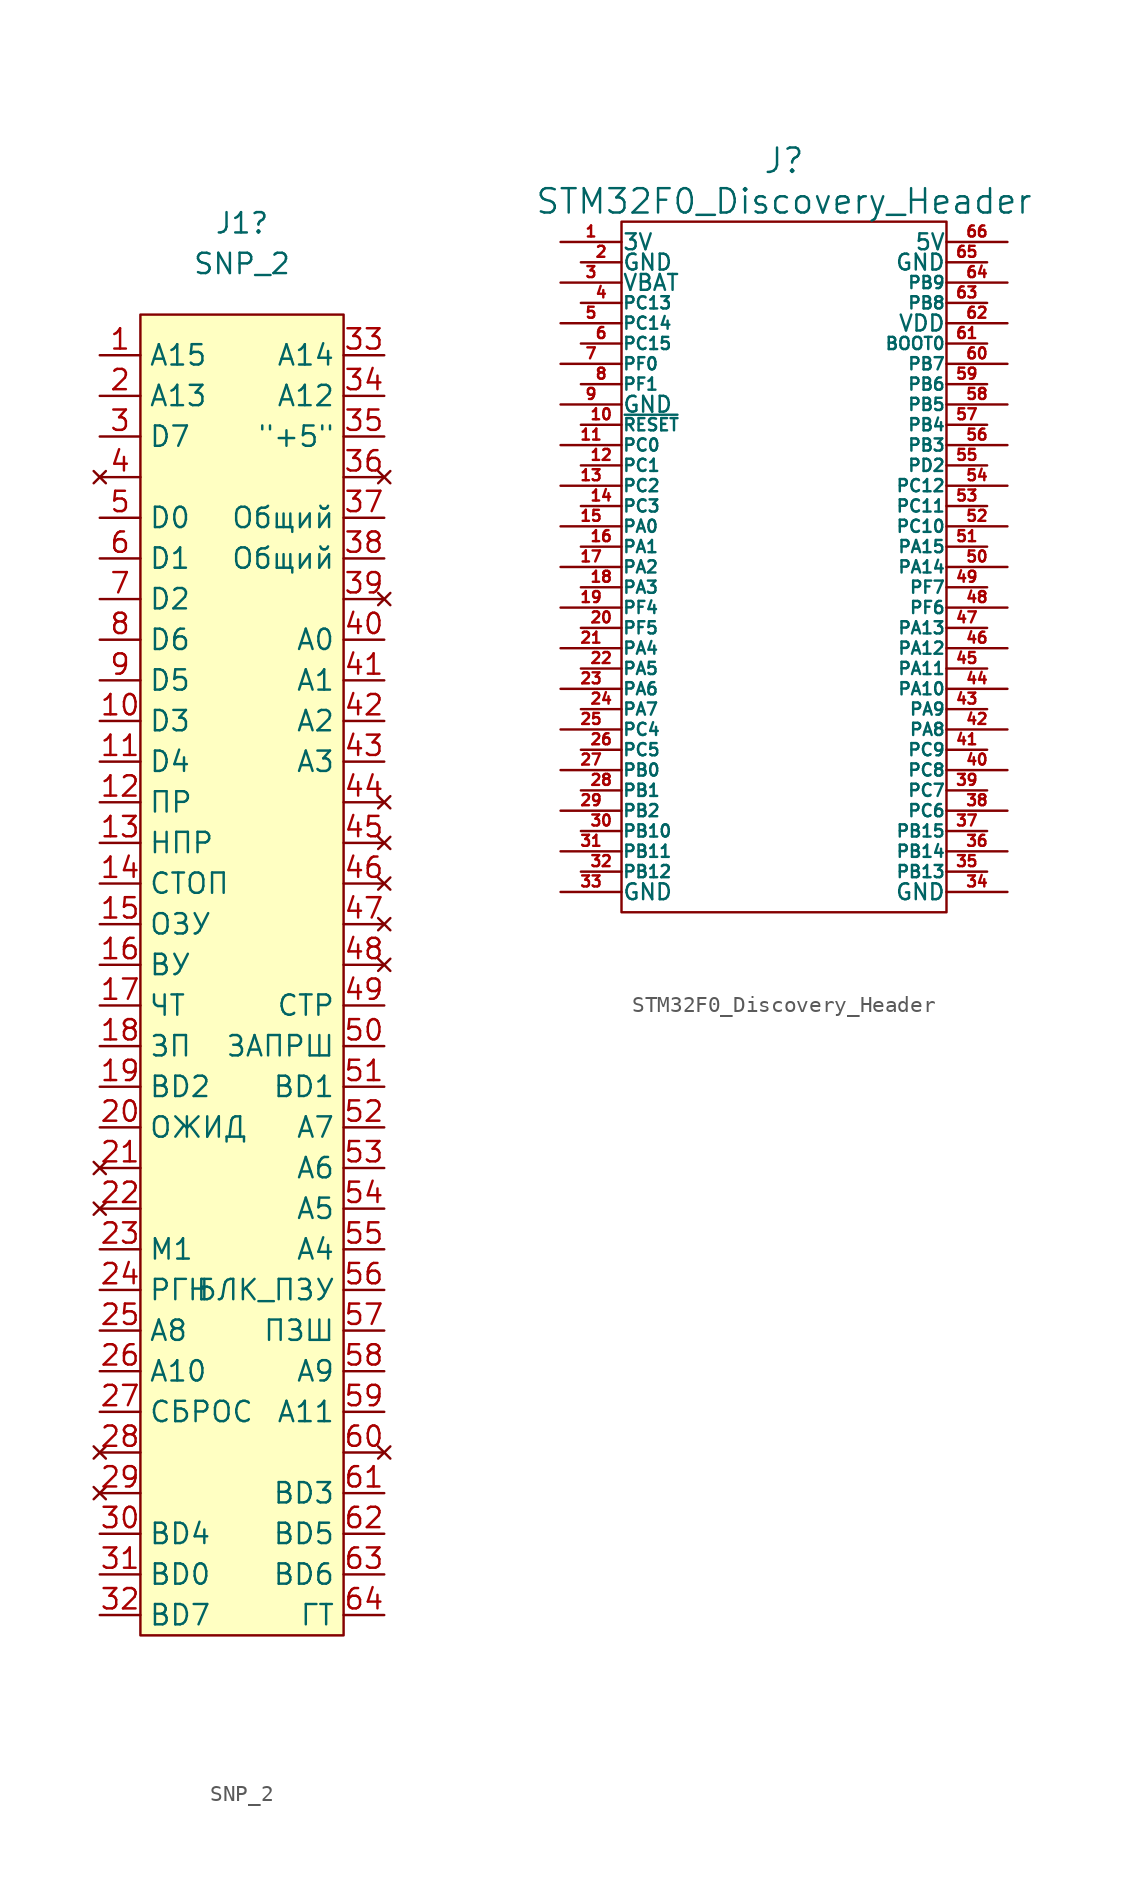
<source format=kicad_sym>
(kicad_symbol_lib
  (version 20211014)
  (generator kicad_symbol_editor)
  (symbol "SNP_2"
    (property "Reference" "J1"
      (at 0 43.815 0)
      (effects (font (size 1.27 1.27))))
    (property "Value" "SNP_2"
      (at 0 41.275 0)
      (effects (font (size 1.27 1.27))))
    (symbol "SNP_2_0_1"
      (rectangle (start -6.35 38.1) (end 6.35 -44.45) (stroke (width 0) (type default) (color 0 0 0 0)) (fill (type background))))
    (symbol "SNP_2_1_1"
      (pin input line (at -8.89 35.56 0) (length 2.54) (name "A15" (effects (font (size 1.27 1.27)))) (number "1" (effects (font (size 1.27 1.27)))))
      (pin input line (at -8.89 12.7 0) (length 2.54) (name "D3" (effects (font (size 1.27 1.27)))) (number "10" (effects (font (size 1.27 1.27)))))
      (pin input line (at -8.89 10.16 0) (length 2.54) (name "D4" (effects (font (size 1.27 1.27)))) (number "11" (effects (font (size 1.27 1.27)))))
      (pin input line (at -8.89 7.62 0) (length 2.54) (name "ПР" (effects (font (size 1.27 1.27)))) (number "12" (effects (font (size 1.27 1.27)))))
      (pin input line (at -8.89 5.08 0) (length 2.54) (name "НПР" (effects (font (size 1.27 1.27)))) (number "13" (effects (font (size 1.27 1.27)))))
      (pin input line (at -8.89 2.54 0) (length 2.54) (name "СТОП" (effects (font (size 1.27 1.27)))) (number "14" (effects (font (size 1.27 1.27)))))
      (pin input line (at -8.89 0 0) (length 2.54) (name "ОЗУ" (effects (font (size 1.27 1.27)))) (number "15" (effects (font (size 1.27 1.27)))))
      (pin input line (at -8.89 -2.54 0) (length 2.54) (name "ВУ" (effects (font (size 1.27 1.27)))) (number "16" (effects (font (size 1.27 1.27)))))
      (pin input line (at -8.89 -5.08 0) (length 2.54) (name "ЧТ" (effects (font (size 1.27 1.27)))) (number "17" (effects (font (size 1.27 1.27)))))
      (pin input line (at -8.89 -7.62 0) (length 2.54) (name "ЗП" (effects (font (size 1.27 1.27)))) (number "18" (effects (font (size 1.27 1.27)))))
      (pin input line (at -8.89 -10.16 0) (length 2.54) (name "BD2" (effects (font (size 1.27 1.27)))) (number "19" (effects (font (size 1.27 1.27)))))
      (pin input line (at -8.89 33.02 0) (length 2.54) (name "A13" (effects (font (size 1.27 1.27)))) (number "2" (effects (font (size 1.27 1.27)))))
      (pin input line (at -8.89 -12.7 0) (length 2.54) (name "ОЖИД" (effects (font (size 1.27 1.27)))) (number "20" (effects (font (size 1.27 1.27)))))
      (pin no_connect line (at -8.89 -15.24 0) (length 2.54) (name "" (effects (font (size 1.27 1.27)))) (number "21" (effects (font (size 1.27 1.27)))))
      (pin no_connect line (at -8.89 -17.78 0) (length 2.54) (name "" (effects (font (size 1.27 1.27)))) (number "22" (effects (font (size 1.27 1.27)))))
      (pin input line (at -8.89 -20.32 0) (length 2.54) (name "М1" (effects (font (size 1.27 1.27)))) (number "23" (effects (font (size 1.27 1.27)))))
      (pin input line (at -8.89 -22.86 0) (length 2.54) (name "РГН" (effects (font (size 1.27 1.27)))) (number "24" (effects (font (size 1.27 1.27)))))
      (pin input line (at -8.89 -25.4 0) (length 2.54) (name "A8" (effects (font (size 1.27 1.27)))) (number "25" (effects (font (size 1.27 1.27)))))
      (pin input line (at -8.89 -27.94 0) (length 2.54) (name "A10" (effects (font (size 1.27 1.27)))) (number "26" (effects (font (size 1.27 1.27)))))
      (pin input line (at -8.89 -30.48 0) (length 2.54) (name "СБРОС" (effects (font (size 1.27 1.27)))) (number "27" (effects (font (size 1.27 1.27)))))
      (pin no_connect line (at -8.89 -33.02 0) (length 2.54) (name "" (effects (font (size 1.27 1.27)))) (number "28" (effects (font (size 1.27 1.27)))))
      (pin no_connect line (at -8.89 -35.56 0) (length 2.54) (name "" (effects (font (size 1.27 1.27)))) (number "29" (effects (font (size 1.27 1.27)))))
      (pin input line (at -8.89 30.48 0) (length 2.54) (name "D7" (effects (font (size 1.27 1.27)))) (number "3" (effects (font (size 1.27 1.27)))))
      (pin input line (at -8.89 -38.1 0) (length 2.54) (name "BD4" (effects (font (size 1.27 1.27)))) (number "30" (effects (font (size 1.27 1.27)))))
      (pin input line (at -8.89 -40.64 0) (length 2.54) (name "BD0" (effects (font (size 1.27 1.27)))) (number "31" (effects (font (size 1.27 1.27)))))
      (pin input line (at -8.89 -43.18 0) (length 2.54) (name "BD7" (effects (font (size 1.27 1.27)))) (number "32" (effects (font (size 1.27 1.27)))))
      (pin input line (at 8.89 35.56 180) (length 2.54) (name "A14" (effects (font (size 1.27 1.27)))) (number "33" (effects (font (size 1.27 1.27)))))
      (pin input line (at 8.89 33.02 180) (length 2.54) (name "A12" (effects (font (size 1.27 1.27)))) (number "34" (effects (font (size 1.27 1.27)))))
      (pin power_in line (at 8.89 30.48 180) (length 2.54) (name "\"+5\"" (effects (font (size 1.27 1.27)))) (number "35" (effects (font (size 1.27 1.27)))))
      (pin no_connect line (at 8.89 27.94 180) (length 2.54) (name "" (effects (font (size 1.27 1.27)))) (number "36" (effects (font (size 1.27 1.27)))))
      (pin power_in line (at 8.89 25.4 180) (length 2.54) (name "Общий" (effects (font (size 1.27 1.27)))) (number "37" (effects (font (size 1.27 1.27)))))
      (pin power_in line (at 8.89 22.86 180) (length 2.54) (name "Общий" (effects (font (size 1.27 1.27)))) (number "38" (effects (font (size 1.27 1.27)))))
      (pin no_connect line (at 8.89 20.32 180) (length 2.54) (name "" (effects (font (size 1.27 1.27)))) (number "39" (effects (font (size 1.27 1.27)))))
      (pin no_connect line (at -8.89 27.94 0) (length 2.54) (name "" (effects (font (size 1.27 1.27)))) (number "4" (effects (font (size 1.27 1.27)))))
      (pin input line (at 8.89 17.78 180) (length 2.54) (name "A0" (effects (font (size 1.27 1.27)))) (number "40" (effects (font (size 1.27 1.27)))))
      (pin input line (at 8.89 15.24 180) (length 2.54) (name "A1" (effects (font (size 1.27 1.27)))) (number "41" (effects (font (size 1.27 1.27)))))
      (pin input line (at 8.89 12.7 180) (length 2.54) (name "A2" (effects (font (size 1.27 1.27)))) (number "42" (effects (font (size 1.27 1.27)))))
      (pin input line (at 8.89 10.16 180) (length 2.54) (name "A3" (effects (font (size 1.27 1.27)))) (number "43" (effects (font (size 1.27 1.27)))))
      (pin no_connect line (at 8.89 7.62 180) (length 2.54) (name "" (effects (font (size 1.27 1.27)))) (number "44" (effects (font (size 1.27 1.27)))))
      (pin no_connect line (at 8.89 5.08 180) (length 2.54) (name "" (effects (font (size 1.27 1.27)))) (number "45" (effects (font (size 1.27 1.27)))))
      (pin no_connect line (at 8.89 2.54 180) (length 2.54) (name "" (effects (font (size 1.27 1.27)))) (number "46" (effects (font (size 1.27 1.27)))))
      (pin no_connect line (at 8.89 0 180) (length 2.54) (name "" (effects (font (size 1.27 1.27)))) (number "47" (effects (font (size 1.27 1.27)))))
      (pin no_connect line (at 8.89 -2.54 180) (length 2.54) (name "" (effects (font (size 1.27 1.27)))) (number "48" (effects (font (size 1.27 1.27)))))
      (pin input line (at 8.89 -5.08 180) (length 2.54) (name "СТР" (effects (font (size 1.27 1.27)))) (number "49" (effects (font (size 1.27 1.27)))))
      (pin input line (at -8.89 25.4 0) (length 2.54) (name "D0" (effects (font (size 1.27 1.27)))) (number "5" (effects (font (size 1.27 1.27)))))
      (pin input line (at 8.89 -7.62 180) (length 2.54) (name "ЗАПРШ" (effects (font (size 1.27 1.27)))) (number "50" (effects (font (size 1.27 1.27)))))
      (pin input line (at 8.89 -10.16 180) (length 2.54) (name "BD1" (effects (font (size 1.27 1.27)))) (number "51" (effects (font (size 1.27 1.27)))))
      (pin input line (at 8.89 -12.7 180) (length 2.54) (name "A7" (effects (font (size 1.27 1.27)))) (number "52" (effects (font (size 1.27 1.27)))))
      (pin input line (at 8.89 -15.24 180) (length 2.54) (name "A6" (effects (font (size 1.27 1.27)))) (number "53" (effects (font (size 1.27 1.27)))))
      (pin input line (at 8.89 -17.78 180) (length 2.54) (name "A5" (effects (font (size 1.27 1.27)))) (number "54" (effects (font (size 1.27 1.27)))))
      (pin input line (at 8.89 -20.32 180) (length 2.54) (name "A4" (effects (font (size 1.27 1.27)))) (number "55" (effects (font (size 1.27 1.27)))))
      (pin input line (at 8.89 -22.86 180) (length 2.54) (name "БЛК_ПЗУ" (effects (font (size 1.27 1.27)))) (number "56" (effects (font (size 1.27 1.27)))))
      (pin input line (at 8.89 -25.4 180) (length 2.54) (name "ПЗШ" (effects (font (size 1.27 1.27)))) (number "57" (effects (font (size 1.27 1.27)))))
      (pin input line (at 8.89 -27.94 180) (length 2.54) (name "A9" (effects (font (size 1.27 1.27)))) (number "58" (effects (font (size 1.27 1.27)))))
      (pin input line (at 8.89 -30.48 180) (length 2.54) (name "A11" (effects (font (size 1.27 1.27)))) (number "59" (effects (font (size 1.27 1.27)))))
      (pin input line (at -8.89 22.86 0) (length 2.54) (name "D1" (effects (font (size 1.27 1.27)))) (number "6" (effects (font (size 1.27 1.27)))))
      (pin no_connect line (at 8.89 -33.02 180) (length 2.54) (name "" (effects (font (size 1.27 1.27)))) (number "60" (effects (font (size 1.27 1.27)))))
      (pin input line (at 8.89 -35.56 180) (length 2.54) (name "BD3" (effects (font (size 1.27 1.27)))) (number "61" (effects (font (size 1.27 1.27)))))
      (pin input line (at 8.89 -38.1 180) (length 2.54) (name "BD5" (effects (font (size 1.27 1.27)))) (number "62" (effects (font (size 1.27 1.27)))))
      (pin input line (at 8.89 -40.64 180) (length 2.54) (name "BD6" (effects (font (size 1.27 1.27)))) (number "63" (effects (font (size 1.27 1.27)))))
      (pin input line (at 8.89 -43.18 180) (length 2.54) (name "ГТ" (effects (font (size 1.27 1.27)))) (number "64" (effects (font (size 1.27 1.27)))))
      (pin input line (at -8.89 20.32 0) (length 2.54) (name "D2" (effects (font (size 1.27 1.27)))) (number "7" (effects (font (size 1.27 1.27)))))
      (pin input line (at -8.89 17.78 0) (length 2.54) (name "D6" (effects (font (size 1.27 1.27)))) (number "8" (effects (font (size 1.27 1.27)))))
      (pin input line (at -8.89 15.24 0) (length 2.54) (name "D5" (effects (font (size 1.27 1.27)))) (number "9" (effects (font (size 1.27 1.27)))))))
  (symbol "STM32F0_Discovery_Header"
    (pin_names
      (offset 0.025))
    (property "Reference" "J"
      (at 0 25.4 0)
      (effects (font (size 1.524 1.524))))
    (property "Value" "STM32F0_Discovery_Header"
      (at 0 22.86 0)
      (effects (font (size 1.524 1.524))))
    (property "Footprint" ""
      (at 0 -2.54 0)
      (effects (font (size 1.524 1.524))))
    (property "Datasheet" ""
      (at 0 -2.54 0)
      (effects (font (size 1.524 1.524))))
    (symbol "STM32F0_Discovery_Header_0_1"
      (rectangle (start -10.16 21.59) (end 10.16 -21.59) (stroke (width 0) (type default) (color 0 0 0 0)) (fill (type none))))
    (symbol "STM32F0_Discovery_Header_1_1"
      (pin passive line (at -13.97 20.32 0) (length 3.81) (name "3V" (effects (font (size 0.991 0.991)))) (number "1" (effects (font (size 0.686 0.686)))))
      (pin passive line (at -12.7 8.89 0) (length 2.54) (name "~{RESET}" (effects (font (size 0.762 0.762)))) (number "10" (effects (font (size 0.686 0.686)))))
      (pin passive line (at -13.97 7.62 0) (length 3.81) (name "PC0" (effects (font (size 0.762 0.762)))) (number "11" (effects (font (size 0.686 0.686)))))
      (pin passive line (at -12.7 6.35 0) (length 2.54) (name "PC1" (effects (font (size 0.762 0.762)))) (number "12" (effects (font (size 0.686 0.686)))))
      (pin passive line (at -13.97 5.08 0) (length 3.81) (name "PC2" (effects (font (size 0.762 0.762)))) (number "13" (effects (font (size 0.686 0.686)))))
      (pin passive line (at -12.7 3.81 0) (length 2.54) (name "PC3" (effects (font (size 0.762 0.762)))) (number "14" (effects (font (size 0.686 0.686)))))
      (pin passive line (at -13.97 2.54 0) (length 3.81) (name "PA0" (effects (font (size 0.762 0.762)))) (number "15" (effects (font (size 0.686 0.686)))))
      (pin passive line (at -12.7 1.27 0) (length 2.54) (name "PA1" (effects (font (size 0.762 0.762)))) (number "16" (effects (font (size 0.686 0.686)))))
      (pin passive line (at -13.97 0 0) (length 3.81) (name "PA2" (effects (font (size 0.762 0.762)))) (number "17" (effects (font (size 0.686 0.686)))))
      (pin passive line (at -12.7 -1.27 0) (length 2.54) (name "PA3" (effects (font (size 0.762 0.762)))) (number "18" (effects (font (size 0.686 0.686)))))
      (pin passive line (at -13.97 -2.54 0) (length 3.81) (name "PF4" (effects (font (size 0.762 0.762)))) (number "19" (effects (font (size 0.686 0.686)))))
      (pin passive line (at -12.7 19.05 0) (length 2.54) (name "GND" (effects (font (size 0.991 0.991)))) (number "2" (effects (font (size 0.686 0.686)))))
      (pin passive line (at -12.7 -3.81 0) (length 2.54) (name "PF5" (effects (font (size 0.762 0.762)))) (number "20" (effects (font (size 0.686 0.686)))))
      (pin passive line (at -13.97 -5.08 0) (length 3.81) (name "PA4" (effects (font (size 0.762 0.762)))) (number "21" (effects (font (size 0.686 0.686)))))
      (pin passive line (at -12.7 -6.35 0) (length 2.54) (name "PA5" (effects (font (size 0.762 0.762)))) (number "22" (effects (font (size 0.686 0.686)))))
      (pin passive line (at -13.97 -7.62 0) (length 3.81) (name "PA6" (effects (font (size 0.762 0.762)))) (number "23" (effects (font (size 0.686 0.686)))))
      (pin passive line (at -12.7 -8.89 0) (length 2.54) (name "PA7" (effects (font (size 0.762 0.762)))) (number "24" (effects (font (size 0.686 0.686)))))
      (pin passive line (at -13.97 -10.16 0) (length 3.81) (name "PC4" (effects (font (size 0.762 0.762)))) (number "25" (effects (font (size 0.686 0.686)))))
      (pin passive line (at -12.7 -11.43 0) (length 2.54) (name "PC5" (effects (font (size 0.762 0.762)))) (number "26" (effects (font (size 0.686 0.686)))))
      (pin passive line (at -13.97 -12.7 0) (length 3.81) (name "PB0" (effects (font (size 0.762 0.762)))) (number "27" (effects (font (size 0.686 0.686)))))
      (pin passive line (at -12.7 -13.97 0) (length 2.54) (name "PB1" (effects (font (size 0.762 0.762)))) (number "28" (effects (font (size 0.686 0.686)))))
      (pin passive line (at -13.97 -15.24 0) (length 3.81) (name "PB2" (effects (font (size 0.762 0.762)))) (number "29" (effects (font (size 0.686 0.686)))))
      (pin passive line (at -13.97 17.78 0) (length 3.81) (name "VBAT" (effects (font (size 0.991 0.991)))) (number "3" (effects (font (size 0.686 0.686)))))
      (pin passive line (at -12.7 -16.51 0) (length 2.54) (name "PB10" (effects (font (size 0.762 0.762)))) (number "30" (effects (font (size 0.686 0.686)))))
      (pin passive line (at -13.97 -17.78 0) (length 3.81) (name "PB11" (effects (font (size 0.762 0.762)))) (number "31" (effects (font (size 0.686 0.686)))))
      (pin passive line (at -12.7 -19.05 0) (length 2.54) (name "PB12" (effects (font (size 0.762 0.762)))) (number "32" (effects (font (size 0.686 0.686)))))
      (pin passive line (at -13.97 -20.32 0) (length 3.81) (name "GND" (effects (font (size 0.991 0.991)))) (number "33" (effects (font (size 0.686 0.686)))))
      (pin passive line (at 13.97 -20.32 180) (length 3.81) (name "GND" (effects (font (size 0.991 0.991)))) (number "34" (effects (font (size 0.686 0.686)))))
      (pin passive line (at 12.7 -19.05 180) (length 2.54) (name "PB13" (effects (font (size 0.762 0.762)))) (number "35" (effects (font (size 0.686 0.686)))))
      (pin passive line (at 13.97 -17.78 180) (length 3.81) (name "PB14" (effects (font (size 0.762 0.762)))) (number "36" (effects (font (size 0.686 0.686)))))
      (pin passive line (at 12.7 -16.51 180) (length 2.54) (name "PB15" (effects (font (size 0.762 0.762)))) (number "37" (effects (font (size 0.686 0.686)))))
      (pin passive line (at 13.97 -15.24 180) (length 3.81) (name "PC6" (effects (font (size 0.762 0.762)))) (number "38" (effects (font (size 0.686 0.686)))))
      (pin passive line (at 12.7 -13.97 180) (length 2.54) (name "PC7" (effects (font (size 0.762 0.762)))) (number "39" (effects (font (size 0.686 0.686)))))
      (pin passive line (at -12.7 16.51 0) (length 2.54) (name "PC13" (effects (font (size 0.762 0.762)))) (number "4" (effects (font (size 0.686 0.686)))))
      (pin passive line (at 13.97 -12.7 180) (length 3.81) (name "PC8" (effects (font (size 0.762 0.762)))) (number "40" (effects (font (size 0.686 0.686)))))
      (pin passive line (at 12.7 -11.43 180) (length 2.54) (name "PC9" (effects (font (size 0.762 0.762)))) (number "41" (effects (font (size 0.686 0.686)))))
      (pin passive line (at 13.97 -10.16 180) (length 3.81) (name "PA8" (effects (font (size 0.762 0.762)))) (number "42" (effects (font (size 0.686 0.686)))))
      (pin passive line (at 12.7 -8.89 180) (length 2.54) (name "PA9" (effects (font (size 0.762 0.762)))) (number "43" (effects (font (size 0.686 0.686)))))
      (pin passive line (at 13.97 -7.62 180) (length 3.81) (name "PA10" (effects (font (size 0.762 0.762)))) (number "44" (effects (font (size 0.686 0.686)))))
      (pin passive line (at 12.7 -6.35 180) (length 2.54) (name "PA11" (effects (font (size 0.762 0.762)))) (number "45" (effects (font (size 0.686 0.686)))))
      (pin passive line (at 13.97 -5.08 180) (length 3.81) (name "PA12" (effects (font (size 0.762 0.762)))) (number "46" (effects (font (size 0.686 0.686)))))
      (pin passive line (at 12.7 -3.81 180) (length 2.54) (name "PA13" (effects (font (size 0.762 0.762)))) (number "47" (effects (font (size 0.686 0.686)))))
      (pin passive line (at 13.97 -2.54 180) (length 3.81) (name "PF6" (effects (font (size 0.762 0.762)))) (number "48" (effects (font (size 0.686 0.686)))))
      (pin passive line (at 12.7 -1.27 180) (length 2.54) (name "PF7" (effects (font (size 0.762 0.762)))) (number "49" (effects (font (size 0.686 0.686)))))
      (pin passive line (at -13.97 15.24 0) (length 3.81) (name "PC14" (effects (font (size 0.762 0.762)))) (number "5" (effects (font (size 0.686 0.686)))))
      (pin passive line (at 13.97 0 180) (length 3.81) (name "PA14" (effects (font (size 0.762 0.762)))) (number "50" (effects (font (size 0.686 0.686)))))
      (pin passive line (at 12.7 1.27 180) (length 2.54) (name "PA15" (effects (font (size 0.762 0.762)))) (number "51" (effects (font (size 0.686 0.686)))))
      (pin passive line (at 13.97 2.54 180) (length 3.81) (name "PC10" (effects (font (size 0.762 0.762)))) (number "52" (effects (font (size 0.686 0.686)))))
      (pin passive line (at 12.7 3.81 180) (length 2.54) (name "PC11" (effects (font (size 0.762 0.762)))) (number "53" (effects (font (size 0.686 0.686)))))
      (pin passive line (at 13.97 5.08 180) (length 3.81) (name "PC12" (effects (font (size 0.762 0.762)))) (number "54" (effects (font (size 0.686 0.686)))))
      (pin passive line (at 12.7 6.35 180) (length 2.54) (name "PD2" (effects (font (size 0.762 0.762)))) (number "55" (effects (font (size 0.686 0.686)))))
      (pin passive line (at 13.97 7.62 180) (length 3.81) (name "PB3" (effects (font (size 0.762 0.762)))) (number "56" (effects (font (size 0.686 0.686)))))
      (pin passive line (at 12.7 8.89 180) (length 2.54) (name "PB4" (effects (font (size 0.762 0.762)))) (number "57" (effects (font (size 0.686 0.686)))))
      (pin passive line (at 13.97 10.16 180) (length 3.81) (name "PB5" (effects (font (size 0.762 0.762)))) (number "58" (effects (font (size 0.686 0.686)))))
      (pin passive line (at 12.7 11.43 180) (length 2.54) (name "PB6" (effects (font (size 0.762 0.762)))) (number "59" (effects (font (size 0.686 0.686)))))
      (pin passive line (at -12.7 13.97 0) (length 2.54) (name "PC15" (effects (font (size 0.762 0.762)))) (number "6" (effects (font (size 0.686 0.686)))))
      (pin passive line (at 13.97 12.7 180) (length 3.81) (name "PB7" (effects (font (size 0.762 0.762)))) (number "60" (effects (font (size 0.686 0.686)))))
      (pin passive line (at 12.7 13.97 180) (length 2.54) (name "BOOT0" (effects (font (size 0.762 0.762)))) (number "61" (effects (font (size 0.686 0.686)))))
      (pin passive line (at 13.97 15.24 180) (length 3.81) (name "VDD" (effects (font (size 0.991 0.991)))) (number "62" (effects (font (size 0.686 0.686)))))
      (pin passive line (at 12.7 16.51 180) (length 2.54) (name "PB8" (effects (font (size 0.762 0.762)))) (number "63" (effects (font (size 0.686 0.686)))))
      (pin passive line (at 13.97 17.78 180) (length 3.81) (name "PB9" (effects (font (size 0.762 0.762)))) (number "64" (effects (font (size 0.686 0.686)))))
      (pin passive line (at 12.7 19.05 180) (length 2.54) (name "GND" (effects (font (size 0.991 0.991)))) (number "65" (effects (font (size 0.686 0.686)))))
      (pin passive line (at 13.97 20.32 180) (length 3.81) (name "5V" (effects (font (size 0.991 0.991)))) (number "66" (effects (font (size 0.686 0.686)))))
      (pin passive line (at -13.97 12.7 0) (length 3.81) (name "PF0" (effects (font (size 0.762 0.762)))) (number "7" (effects (font (size 0.686 0.686)))))
      (pin passive line (at -12.7 11.43 0) (length 2.54) (name "PF1" (effects (font (size 0.762 0.762)))) (number "8" (effects (font (size 0.686 0.686)))))
      (pin passive line (at -13.97 10.16 0) (length 3.81) (name "GND" (effects (font (size 0.991 0.991)))) (number "9" (effects (font (size 0.686 0.686))))))))
</source>
